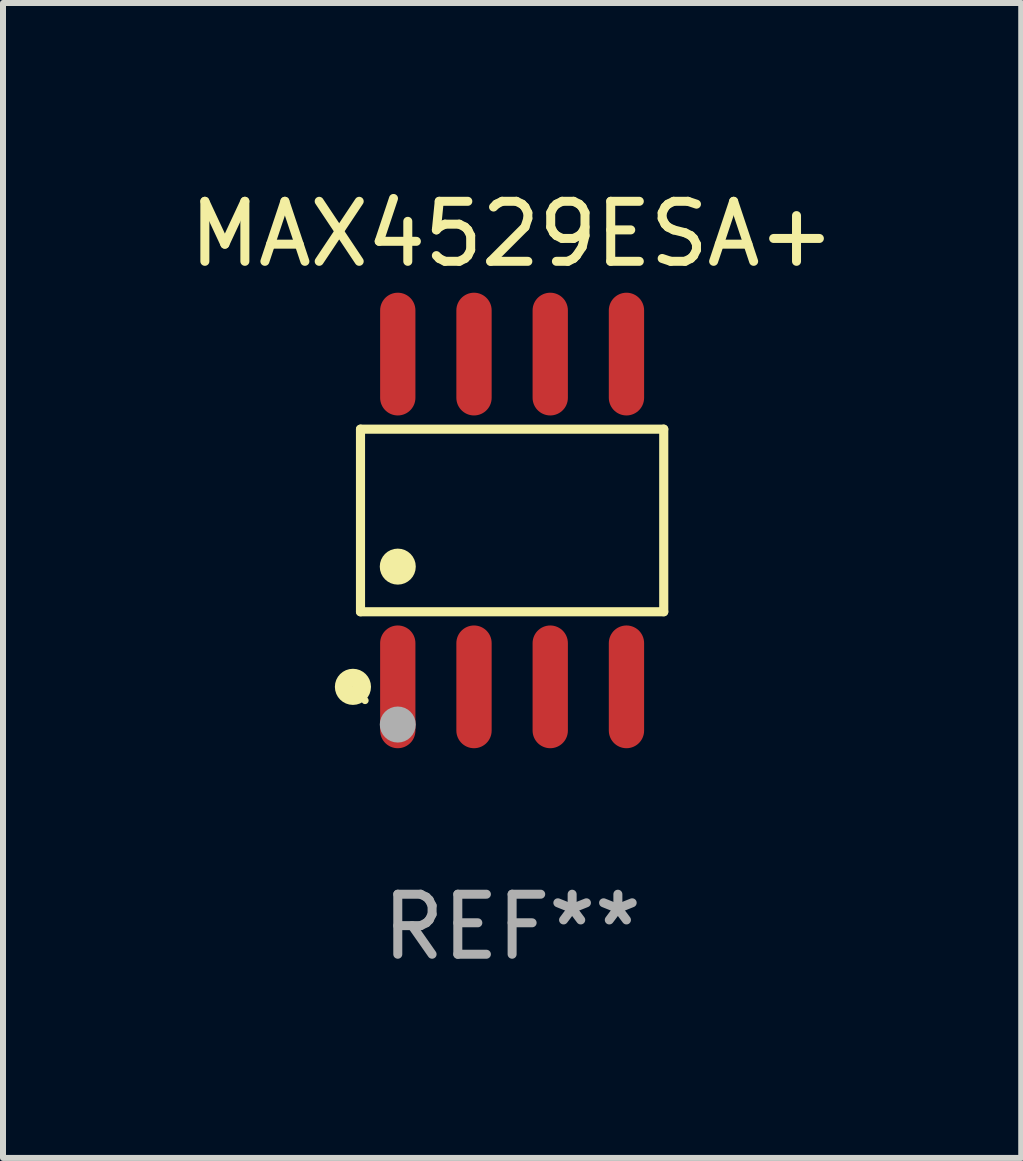
<source format=kicad_pcb>
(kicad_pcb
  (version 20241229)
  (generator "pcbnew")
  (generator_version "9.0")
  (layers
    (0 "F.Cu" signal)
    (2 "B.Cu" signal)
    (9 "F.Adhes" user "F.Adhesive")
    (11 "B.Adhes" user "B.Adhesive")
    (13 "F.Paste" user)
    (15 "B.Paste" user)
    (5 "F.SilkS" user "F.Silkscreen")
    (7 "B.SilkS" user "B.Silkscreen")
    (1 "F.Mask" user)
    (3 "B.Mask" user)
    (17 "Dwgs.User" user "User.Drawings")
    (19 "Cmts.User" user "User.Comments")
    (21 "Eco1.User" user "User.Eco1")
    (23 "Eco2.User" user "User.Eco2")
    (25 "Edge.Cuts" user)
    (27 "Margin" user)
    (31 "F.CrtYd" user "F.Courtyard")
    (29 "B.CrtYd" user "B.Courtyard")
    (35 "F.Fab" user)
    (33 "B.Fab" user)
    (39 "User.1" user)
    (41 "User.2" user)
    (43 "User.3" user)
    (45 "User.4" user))
  (footprint "MAX4529ESA+"
    (layer "F.Cu")
    (at 5.482 5.621)
    (property "Reference" "MAX4529ESA+" (at 0 -4.772 0) (layer "F.SilkS") (effects (font (size 1 1) (thickness 0.15))))
    (attr through_hole)
    (fp_line (start -2.526 -1.521) (end 2.526 -1.521) (stroke (width 0.152) (type solid)) (layer "F.SilkS"))
    (fp_line (start -2.526 1.521) (end -2.526 -1.521) (stroke (width 0.152) (type solid)) (layer "F.SilkS"))
    (fp_line (start 2.526 -1.521) (end 2.526 1.521) (stroke (width 0.152) (type solid)) (layer "F.SilkS"))
    (fp_line (start 2.526 1.521) (end -2.526 1.521) (stroke (width 0.152) (type solid)) (layer "F.SilkS"))
    (fp_circle (center -2.652 2.772) (end -2.501 2.772) (stroke (width 0.3) (type solid)) (fill no) (layer "F.SilkS"))
    (fp_circle (center -2.45 3) (end -2.42 3) (stroke (width 0.06) (type solid)) (fill no) (layer "F.SilkS"))
    (fp_circle (center -1.905 0.769) (end -1.755 0.769) (stroke (width 0.3) (type solid)) (fill no) (layer "F.SilkS"))
    (fp_circle (center -1.905 3.4) (end -1.755 3.4) (stroke (width 0.3) (type solid)) (fill no) (layer "F.Fab"))
    (fp_text user "REF**" (at 0 6.772 0) (layer "F.Fab") (effects (font (size 1 1) (thickness 0.15))))
    (pad "1" smd oval (at -1.905 2.772) (size 0.588 2.045) (layers "F.Cu" "F.Mask" "F.Paste"))
    (pad "2" smd oval (at -0.635 2.772) (size 0.588 2.045) (layers "F.Cu" "F.Mask" "F.Paste"))
    (pad "3" smd oval (at 0.635 2.772) (size 0.588 2.045) (layers "F.Cu" "F.Mask" "F.Paste"))
    (pad "4" smd oval (at 1.905 2.772) (size 0.588 2.045) (layers "F.Cu" "F.Mask" "F.Paste"))
    (pad "5" smd oval (at 1.905 -2.772) (size 0.588 2.045) (layers "F.Cu" "F.Mask" "F.Paste"))
    (pad "6" smd oval (at 0.635 -2.772) (size 0.588 2.045) (layers "F.Cu" "F.Mask" "F.Paste"))
    (pad "7" smd oval (at -0.635 -2.772) (size 0.588 2.045) (layers "F.Cu" "F.Mask" "F.Paste"))
    (pad "8" smd oval (at -1.905 -2.772) (size 0.588 2.045) (layers "F.Cu" "F.Mask" "F.Paste")))
  (gr_rect
    (start -3 -3)
    (end 13.964 16.241)
    (stroke (width 0.1) (type default))
    (fill no)
    (layer "Edge.Cuts")))
</source>
